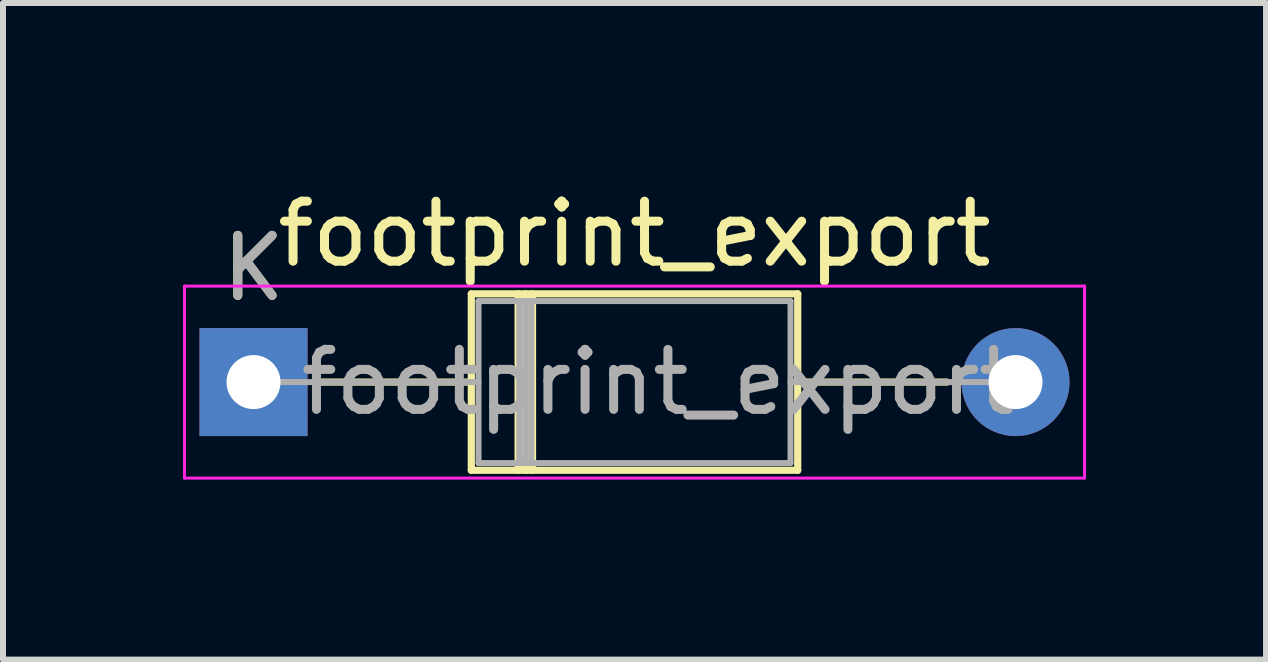
<source format=kicad_pcb>
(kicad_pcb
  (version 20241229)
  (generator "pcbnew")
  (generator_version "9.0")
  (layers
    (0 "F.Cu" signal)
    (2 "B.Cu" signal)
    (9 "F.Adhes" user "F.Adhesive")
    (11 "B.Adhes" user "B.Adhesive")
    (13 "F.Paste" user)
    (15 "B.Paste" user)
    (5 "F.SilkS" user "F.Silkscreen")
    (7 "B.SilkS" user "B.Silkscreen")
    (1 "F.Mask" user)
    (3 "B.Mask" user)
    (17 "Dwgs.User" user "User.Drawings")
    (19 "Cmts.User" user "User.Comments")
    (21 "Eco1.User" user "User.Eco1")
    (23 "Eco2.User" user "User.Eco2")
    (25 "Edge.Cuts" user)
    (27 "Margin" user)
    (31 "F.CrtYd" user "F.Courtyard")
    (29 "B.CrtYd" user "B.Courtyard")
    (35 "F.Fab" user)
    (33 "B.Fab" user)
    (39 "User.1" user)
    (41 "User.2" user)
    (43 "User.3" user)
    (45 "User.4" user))
  (footprint "footprint_export"
    (layer "F.Cu")
    (at 1.175 3.318)
    (property "Reference" "footprint_export" (at 6.35 -2.47 0) (layer "F.SilkS") (effects (font (size 1 1) (thickness 0.15))))
    (attr through_hole)
    (fp_line (start 1.14 0) (end 3.63 0) (stroke (width 0.12) (type solid)) (layer "F.SilkS"))
    (fp_line (start 3.63 -1.47) (end 3.63 1.47) (stroke (width 0.12) (type solid)) (layer "F.SilkS"))
    (fp_line (start 3.63 1.47) (end 9.07 1.47) (stroke (width 0.12) (type solid)) (layer "F.SilkS"))
    (fp_line (start 4.41 -1.47) (end 4.41 1.47) (stroke (width 0.12) (type solid)) (layer "F.SilkS"))
    (fp_line (start 4.53 -1.47) (end 4.53 1.47) (stroke (width 0.12) (type solid)) (layer "F.SilkS"))
    (fp_line (start 4.65 -1.47) (end 4.65 1.47) (stroke (width 0.12) (type solid)) (layer "F.SilkS"))
    (fp_line (start 9.07 -1.47) (end 3.63 -1.47) (stroke (width 0.12) (type solid)) (layer "F.SilkS"))
    (fp_line (start 9.07 1.47) (end 9.07 -1.47) (stroke (width 0.12) (type solid)) (layer "F.SilkS"))
    (fp_line (start 11.56 0) (end 9.07 0) (stroke (width 0.12) (type solid)) (layer "F.SilkS"))
    (fp_line (start -1.15 -1.6) (end -1.15 1.6) (stroke (width 0.05) (type solid)) (layer "F.CrtYd"))
    (fp_line (start -1.15 1.6) (end 13.85 1.6) (stroke (width 0.05) (type solid)) (layer "F.CrtYd"))
    (fp_line (start 13.85 -1.6) (end -1.15 -1.6) (stroke (width 0.05) (type solid)) (layer "F.CrtYd"))
    (fp_line (start 13.85 1.6) (end 13.85 -1.6) (stroke (width 0.05) (type solid)) (layer "F.CrtYd"))
    (fp_line (start 0 0) (end 3.75 0) (stroke (width 0.1) (type solid)) (layer "F.Fab"))
    (fp_line (start 3.75 -1.35) (end 3.75 1.35) (stroke (width 0.1) (type solid)) (layer "F.Fab"))
    (fp_line (start 3.75 1.35) (end 8.95 1.35) (stroke (width 0.1) (type solid)) (layer "F.Fab"))
    (fp_line (start 4.43 -1.35) (end 4.43 1.35) (stroke (width 0.1) (type solid)) (layer "F.Fab"))
    (fp_line (start 4.53 -1.35) (end 4.53 1.35) (stroke (width 0.1) (type solid)) (layer "F.Fab"))
    (fp_line (start 4.63 -1.35) (end 4.63 1.35) (stroke (width 0.1) (type solid)) (layer "F.Fab"))
    (fp_line (start 8.95 -1.35) (end 3.75 -1.35) (stroke (width 0.1) (type solid)) (layer "F.Fab"))
    (fp_line (start 8.95 1.35) (end 8.95 -1.35) (stroke (width 0.1) (type solid)) (layer "F.Fab"))
    (fp_line (start 12.7 0) (end 8.95 0) (stroke (width 0.1) (type solid)) (layer "F.Fab"))
    (fp_text user "K" (at 0 -1.9 0) (layer "F.SilkS") (effects (font (size 1 1) (thickness 0.15))))
    (fp_text user "${REFERENCE}" (at 6.74 0 0) (layer "F.Fab") (effects (font (size 1 1) (thickness 0.15))))
    (fp_text user "K" (at 0 -1.9 0) (layer "F.Fab") (effects (font (size 1 1) (thickness 0.15))))
    (pad "1" thru_hole rect (at 0 0) (size 1.8 1.8) (drill 0.9) (layers "*.Cu" "*.Mask"))
    (pad "2" thru_hole oval (at 12.7 0) (size 1.8 1.8) (drill 0.9) (layers "*.Cu" "*.Mask")))
  (gr_rect
    (start -3 -3)
    (end 18.05 7.943)
    (stroke (width 0.1) (type default))
    (fill no)
    (layer "Edge.Cuts")))
</source>
